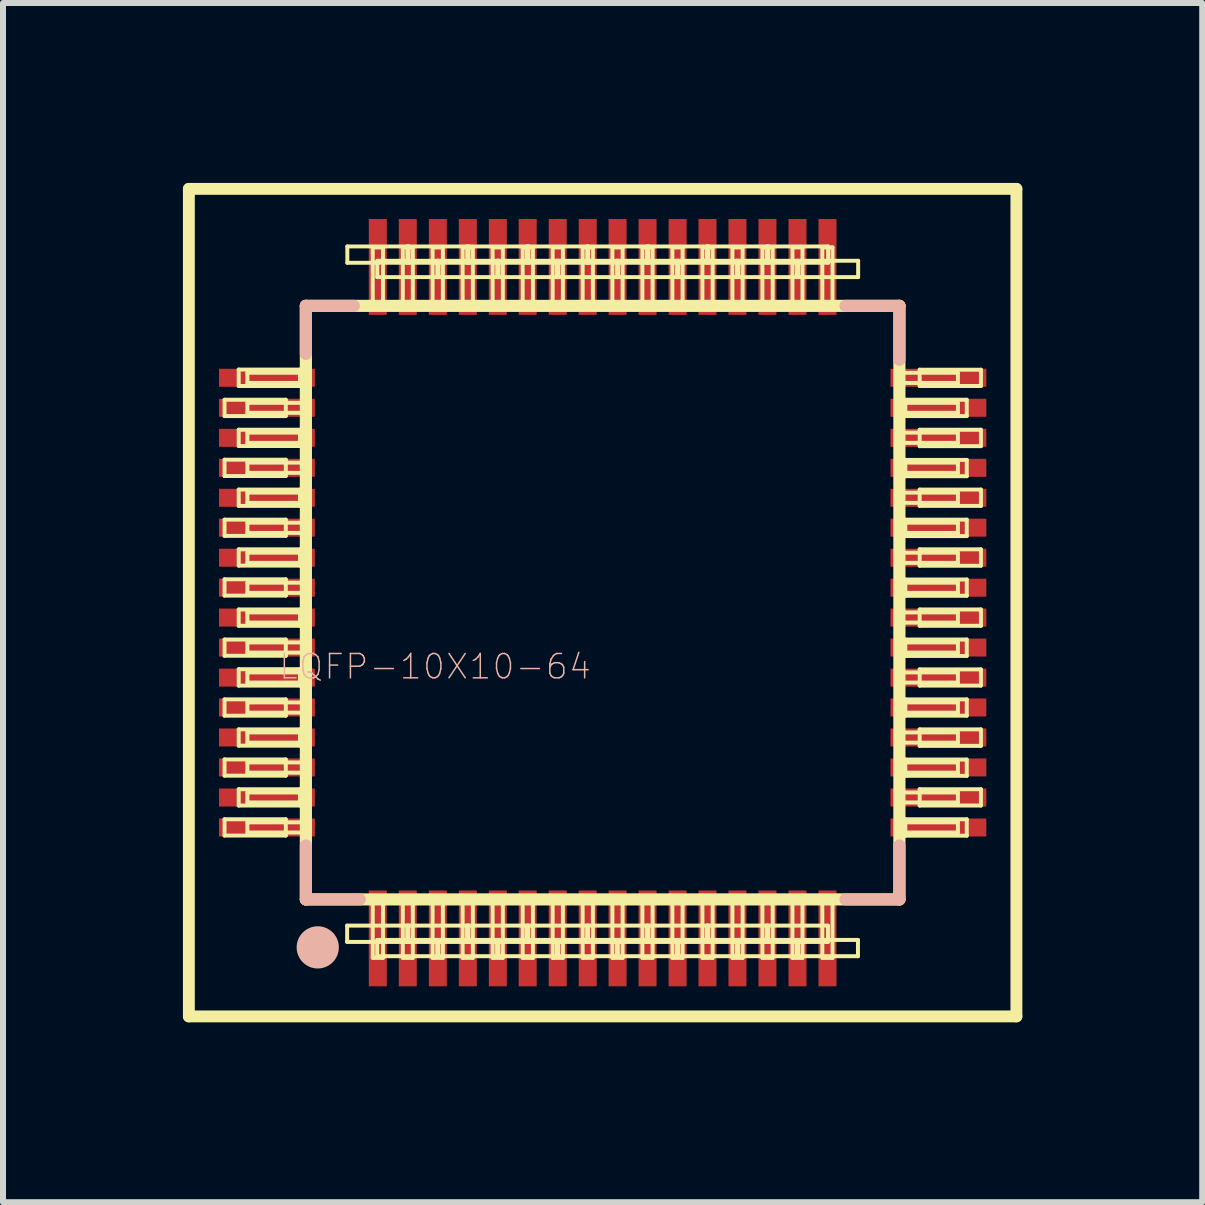
<source format=kicad_pcb>
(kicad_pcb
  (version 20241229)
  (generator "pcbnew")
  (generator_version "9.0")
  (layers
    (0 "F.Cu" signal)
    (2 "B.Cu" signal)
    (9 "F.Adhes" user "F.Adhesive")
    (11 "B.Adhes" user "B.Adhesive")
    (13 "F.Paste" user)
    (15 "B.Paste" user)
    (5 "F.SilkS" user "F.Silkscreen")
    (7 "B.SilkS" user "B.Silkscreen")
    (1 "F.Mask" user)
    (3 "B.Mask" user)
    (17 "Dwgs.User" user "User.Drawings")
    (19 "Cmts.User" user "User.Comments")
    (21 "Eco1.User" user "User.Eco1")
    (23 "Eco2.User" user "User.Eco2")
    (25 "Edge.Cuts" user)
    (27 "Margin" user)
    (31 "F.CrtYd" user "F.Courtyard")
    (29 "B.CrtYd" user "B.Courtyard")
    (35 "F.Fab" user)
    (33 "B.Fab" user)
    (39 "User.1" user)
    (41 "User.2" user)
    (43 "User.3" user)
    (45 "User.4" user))
  (footprint "LQFP-10X10-64"
    (layer "F.Cu")
    (at 6.998 6.998)
    (property "Reference" "LQFP-10X10-64" (at -2.794 1.067 0) (layer "B.SilkS") (effects (font (size 0.406 0.406) (thickness 0.025))))
    (attr smd)
    (fp_line (start -6.899 -6.899) (end 6.899 -6.899) (stroke (width 0.198) (type solid)) (layer "F.SilkS"))
    (fp_line (start -6.899 6.899) (end -6.899 -6.899) (stroke (width 0.198) (type solid)) (layer "F.SilkS"))
    (fp_line (start -6.304 -3.383) (end -5.283 -3.383) (stroke (width 0.066) (type solid)) (layer "F.SilkS"))
    (fp_line (start -6.304 -3.111) (end -6.304 -3.383) (stroke (width 0.066) (type solid)) (layer "F.SilkS"))
    (fp_line (start -6.304 -3.111) (end -5.283 -3.111) (stroke (width 0.066) (type solid)) (layer "F.SilkS"))
    (fp_line (start -6.304 -2.383) (end -5.283 -2.383) (stroke (width 0.066) (type solid)) (layer "F.SilkS"))
    (fp_line (start -6.304 -2.111) (end -6.304 -2.383) (stroke (width 0.066) (type solid)) (layer "F.SilkS"))
    (fp_line (start -6.304 -2.111) (end -5.283 -2.111) (stroke (width 0.066) (type solid)) (layer "F.SilkS"))
    (fp_line (start -6.304 -1.384) (end -5.283 -1.384) (stroke (width 0.066) (type solid)) (layer "F.SilkS"))
    (fp_line (start -6.304 -1.113) (end -6.304 -1.384) (stroke (width 0.066) (type solid)) (layer "F.SilkS"))
    (fp_line (start -6.304 -1.113) (end -5.283 -1.113) (stroke (width 0.066) (type solid)) (layer "F.SilkS"))
    (fp_line (start -6.304 -0.389) (end -5.283 -0.389) (stroke (width 0.066) (type solid)) (layer "F.SilkS"))
    (fp_line (start -6.304 -0.117) (end -6.304 -0.389) (stroke (width 0.066) (type solid)) (layer "F.SilkS"))
    (fp_line (start -6.304 -0.117) (end -5.283 -0.117) (stroke (width 0.066) (type solid)) (layer "F.SilkS"))
    (fp_line (start -6.304 0.615) (end -5.283 0.615) (stroke (width 0.066) (type solid)) (layer "F.SilkS"))
    (fp_line (start -6.304 0.886) (end -6.304 0.615) (stroke (width 0.066) (type solid)) (layer "F.SilkS"))
    (fp_line (start -6.304 0.886) (end -5.283 0.886) (stroke (width 0.066) (type solid)) (layer "F.SilkS"))
    (fp_line (start -6.304 1.613) (end -5.283 1.613) (stroke (width 0.066) (type solid)) (layer "F.SilkS"))
    (fp_line (start -6.304 1.885) (end -6.304 1.613) (stroke (width 0.066) (type solid)) (layer "F.SilkS"))
    (fp_line (start -6.304 1.885) (end -5.283 1.885) (stroke (width 0.066) (type solid)) (layer "F.SilkS"))
    (fp_line (start -6.304 2.614) (end -5.283 2.614) (stroke (width 0.066) (type solid)) (layer "F.SilkS"))
    (fp_line (start -6.304 2.885) (end -6.304 2.614) (stroke (width 0.066) (type solid)) (layer "F.SilkS"))
    (fp_line (start -6.304 2.885) (end -5.283 2.885) (stroke (width 0.066) (type solid)) (layer "F.SilkS"))
    (fp_line (start -6.304 3.612) (end -5.283 3.612) (stroke (width 0.066) (type solid)) (layer "F.SilkS"))
    (fp_line (start -6.304 3.884) (end -6.304 3.612) (stroke (width 0.066) (type solid)) (layer "F.SilkS"))
    (fp_line (start -6.304 3.884) (end -5.283 3.884) (stroke (width 0.066) (type solid)) (layer "F.SilkS"))
    (fp_line (start -6.068 -3.886) (end -5.047 -3.886) (stroke (width 0.066) (type solid)) (layer "F.SilkS"))
    (fp_line (start -6.068 -3.612) (end -6.068 -3.886) (stroke (width 0.066) (type solid)) (layer "F.SilkS"))
    (fp_line (start -6.068 -3.612) (end -5.047 -3.612) (stroke (width 0.066) (type solid)) (layer "F.SilkS"))
    (fp_line (start -6.068 -2.883) (end -5.047 -2.883) (stroke (width 0.066) (type solid)) (layer "F.SilkS"))
    (fp_line (start -6.068 -2.611) (end -6.068 -2.883) (stroke (width 0.066) (type solid)) (layer "F.SilkS"))
    (fp_line (start -6.068 -2.611) (end -5.047 -2.611) (stroke (width 0.066) (type solid)) (layer "F.SilkS"))
    (fp_line (start -6.068 -1.885) (end -5.047 -1.885) (stroke (width 0.066) (type solid)) (layer "F.SilkS"))
    (fp_line (start -6.068 -1.613) (end -6.068 -1.885) (stroke (width 0.066) (type solid)) (layer "F.SilkS"))
    (fp_line (start -6.068 -1.613) (end -5.047 -1.613) (stroke (width 0.066) (type solid)) (layer "F.SilkS"))
    (fp_line (start -6.068 -0.889) (end -5.047 -0.889) (stroke (width 0.066) (type solid)) (layer "F.SilkS"))
    (fp_line (start -6.068 -0.617) (end -6.068 -0.889) (stroke (width 0.066) (type solid)) (layer "F.SilkS"))
    (fp_line (start -6.068 -0.617) (end -5.047 -0.617) (stroke (width 0.066) (type solid)) (layer "F.SilkS"))
    (fp_line (start -6.068 0.114) (end -5.047 0.114) (stroke (width 0.066) (type solid)) (layer "F.SilkS"))
    (fp_line (start -6.068 0.386) (end -6.068 0.114) (stroke (width 0.066) (type solid)) (layer "F.SilkS"))
    (fp_line (start -6.068 0.386) (end -5.047 0.386) (stroke (width 0.066) (type solid)) (layer "F.SilkS"))
    (fp_line (start -6.068 1.11) (end -5.047 1.11) (stroke (width 0.066) (type solid)) (layer "F.SilkS"))
    (fp_line (start -6.068 1.384) (end -6.068 1.11) (stroke (width 0.066) (type solid)) (layer "F.SilkS"))
    (fp_line (start -6.068 1.384) (end -5.047 1.384) (stroke (width 0.066) (type solid)) (layer "F.SilkS"))
    (fp_line (start -6.068 2.113) (end -5.047 2.113) (stroke (width 0.066) (type solid)) (layer "F.SilkS"))
    (fp_line (start -6.068 2.385) (end -6.068 2.113) (stroke (width 0.066) (type solid)) (layer "F.SilkS"))
    (fp_line (start -6.068 2.385) (end -5.047 2.385) (stroke (width 0.066) (type solid)) (layer "F.SilkS"))
    (fp_line (start -6.068 3.111) (end -5.047 3.111) (stroke (width 0.066) (type solid)) (layer "F.SilkS"))
    (fp_line (start -6.068 3.383) (end -6.068 3.111) (stroke (width 0.066) (type solid)) (layer "F.SilkS"))
    (fp_line (start -6.068 3.383) (end -5.047 3.383) (stroke (width 0.066) (type solid)) (layer "F.SilkS"))
    (fp_line (start -5.923 -3.833) (end -4.948 -3.833) (stroke (width 0.066) (type solid)) (layer "F.SilkS"))
    (fp_line (start -5.923 -3.663) (end -5.923 -3.833) (stroke (width 0.066) (type solid)) (layer "F.SilkS"))
    (fp_line (start -5.923 -3.663) (end -4.948 -3.663) (stroke (width 0.066) (type solid)) (layer "F.SilkS"))
    (fp_line (start -5.923 -3.332) (end -4.948 -3.332) (stroke (width 0.066) (type solid)) (layer "F.SilkS"))
    (fp_line (start -5.923 -3.165) (end -5.923 -3.332) (stroke (width 0.066) (type solid)) (layer "F.SilkS"))
    (fp_line (start -5.923 -3.165) (end -4.948 -3.165) (stroke (width 0.066) (type solid)) (layer "F.SilkS"))
    (fp_line (start -5.923 -2.835) (end -4.948 -2.835) (stroke (width 0.066) (type solid)) (layer "F.SilkS"))
    (fp_line (start -5.923 -2.664) (end -5.923 -2.835) (stroke (width 0.066) (type solid)) (layer "F.SilkS"))
    (fp_line (start -5.923 -2.664) (end -4.948 -2.664) (stroke (width 0.066) (type solid)) (layer "F.SilkS"))
    (fp_line (start -5.923 -2.334) (end -4.948 -2.334) (stroke (width 0.066) (type solid)) (layer "F.SilkS"))
    (fp_line (start -5.923 -2.164) (end -5.923 -2.334) (stroke (width 0.066) (type solid)) (layer "F.SilkS"))
    (fp_line (start -5.923 -2.164) (end -4.948 -2.164) (stroke (width 0.066) (type solid)) (layer "F.SilkS"))
    (fp_line (start -5.923 -1.834) (end -4.948 -1.834) (stroke (width 0.066) (type solid)) (layer "F.SilkS"))
    (fp_line (start -5.923 -1.664) (end -5.923 -1.834) (stroke (width 0.066) (type solid)) (layer "F.SilkS"))
    (fp_line (start -5.923 -1.664) (end -4.948 -1.664) (stroke (width 0.066) (type solid)) (layer "F.SilkS"))
    (fp_line (start -5.923 -1.333) (end -4.948 -1.333) (stroke (width 0.066) (type solid)) (layer "F.SilkS"))
    (fp_line (start -5.923 -1.163) (end -5.923 -1.333) (stroke (width 0.066) (type solid)) (layer "F.SilkS"))
    (fp_line (start -5.923 -1.163) (end -4.948 -1.163) (stroke (width 0.066) (type solid)) (layer "F.SilkS"))
    (fp_line (start -5.923 -0.833) (end -4.948 -0.833) (stroke (width 0.066) (type solid)) (layer "F.SilkS"))
    (fp_line (start -5.923 -0.663) (end -5.923 -0.833) (stroke (width 0.066) (type solid)) (layer "F.SilkS"))
    (fp_line (start -5.923 -0.663) (end -4.948 -0.663) (stroke (width 0.066) (type solid)) (layer "F.SilkS"))
    (fp_line (start -5.923 -0.333) (end -4.948 -0.333) (stroke (width 0.066) (type solid)) (layer "F.SilkS"))
    (fp_line (start -5.923 -0.163) (end -5.923 -0.333) (stroke (width 0.066) (type solid)) (layer "F.SilkS"))
    (fp_line (start -5.923 -0.163) (end -4.948 -0.163) (stroke (width 0.066) (type solid)) (layer "F.SilkS"))
    (fp_line (start -5.923 0.163) (end -4.948 0.163) (stroke (width 0.066) (type solid)) (layer "F.SilkS"))
    (fp_line (start -5.923 0.333) (end -5.923 0.163) (stroke (width 0.066) (type solid)) (layer "F.SilkS"))
    (fp_line (start -5.923 0.333) (end -4.948 0.333) (stroke (width 0.066) (type solid)) (layer "F.SilkS"))
    (fp_line (start -5.923 0.663) (end -4.948 0.663) (stroke (width 0.066) (type solid)) (layer "F.SilkS"))
    (fp_line (start -5.923 0.833) (end -5.923 0.663) (stroke (width 0.066) (type solid)) (layer "F.SilkS"))
    (fp_line (start -5.923 0.833) (end -4.948 0.833) (stroke (width 0.066) (type solid)) (layer "F.SilkS"))
    (fp_line (start -5.923 1.163) (end -4.948 1.163) (stroke (width 0.066) (type solid)) (layer "F.SilkS"))
    (fp_line (start -5.923 1.333) (end -5.923 1.163) (stroke (width 0.066) (type solid)) (layer "F.SilkS"))
    (fp_line (start -5.923 1.333) (end -4.948 1.333) (stroke (width 0.066) (type solid)) (layer "F.SilkS"))
    (fp_line (start -5.923 1.664) (end -4.948 1.664) (stroke (width 0.066) (type solid)) (layer "F.SilkS"))
    (fp_line (start -5.923 1.834) (end -5.923 1.664) (stroke (width 0.066) (type solid)) (layer "F.SilkS"))
    (fp_line (start -5.923 1.834) (end -4.948 1.834) (stroke (width 0.066) (type solid)) (layer "F.SilkS"))
    (fp_line (start -5.923 2.164) (end -4.948 2.164) (stroke (width 0.066) (type solid)) (layer "F.SilkS"))
    (fp_line (start -5.923 2.334) (end -5.923 2.164) (stroke (width 0.066) (type solid)) (layer "F.SilkS"))
    (fp_line (start -5.923 2.334) (end -4.948 2.334) (stroke (width 0.066) (type solid)) (layer "F.SilkS"))
    (fp_line (start -5.923 2.664) (end -4.948 2.664) (stroke (width 0.066) (type solid)) (layer "F.SilkS"))
    (fp_line (start -5.923 2.835) (end -5.923 2.664) (stroke (width 0.066) (type solid)) (layer "F.SilkS"))
    (fp_line (start -5.923 2.835) (end -4.948 2.835) (stroke (width 0.066) (type solid)) (layer "F.SilkS"))
    (fp_line (start -5.923 3.165) (end -4.948 3.165) (stroke (width 0.066) (type solid)) (layer "F.SilkS"))
    (fp_line (start -5.923 3.332) (end -5.923 3.165) (stroke (width 0.066) (type solid)) (layer "F.SilkS"))
    (fp_line (start -5.923 3.332) (end -4.948 3.332) (stroke (width 0.066) (type solid)) (layer "F.SilkS"))
    (fp_line (start -5.923 3.663) (end -4.948 3.663) (stroke (width 0.066) (type solid)) (layer "F.SilkS"))
    (fp_line (start -5.923 3.833) (end -5.923 3.663) (stroke (width 0.066) (type solid)) (layer "F.SilkS"))
    (fp_line (start -5.923 3.833) (end -4.948 3.833) (stroke (width 0.066) (type solid)) (layer "F.SilkS"))
    (fp_line (start -5.283 -3.111) (end -5.283 -3.383) (stroke (width 0.066) (type solid)) (layer "F.SilkS"))
    (fp_line (start -5.283 -2.111) (end -5.283 -2.383) (stroke (width 0.066) (type solid)) (layer "F.SilkS"))
    (fp_line (start -5.283 -1.113) (end -5.283 -1.384) (stroke (width 0.066) (type solid)) (layer "F.SilkS"))
    (fp_line (start -5.283 -0.117) (end -5.283 -0.389) (stroke (width 0.066) (type solid)) (layer "F.SilkS"))
    (fp_line (start -5.283 0.886) (end -5.283 0.615) (stroke (width 0.066) (type solid)) (layer "F.SilkS"))
    (fp_line (start -5.283 1.885) (end -5.283 1.613) (stroke (width 0.066) (type solid)) (layer "F.SilkS"))
    (fp_line (start -5.283 2.885) (end -5.283 2.614) (stroke (width 0.066) (type solid)) (layer "F.SilkS"))
    (fp_line (start -5.283 3.884) (end -5.283 3.612) (stroke (width 0.066) (type solid)) (layer "F.SilkS"))
    (fp_line (start -5.047 -3.612) (end -5.047 -3.886) (stroke (width 0.066) (type solid)) (layer "F.SilkS"))
    (fp_line (start -5.047 -2.611) (end -5.047 -2.883) (stroke (width 0.066) (type solid)) (layer "F.SilkS"))
    (fp_line (start -5.047 -1.613) (end -5.047 -1.885) (stroke (width 0.066) (type solid)) (layer "F.SilkS"))
    (fp_line (start -5.047 -0.617) (end -5.047 -0.889) (stroke (width 0.066) (type solid)) (layer "F.SilkS"))
    (fp_line (start -5.047 0.386) (end -5.047 0.114) (stroke (width 0.066) (type solid)) (layer "F.SilkS"))
    (fp_line (start -5.047 1.384) (end -5.047 1.11) (stroke (width 0.066) (type solid)) (layer "F.SilkS"))
    (fp_line (start -5.047 2.385) (end -5.047 2.113) (stroke (width 0.066) (type solid)) (layer "F.SilkS"))
    (fp_line (start -5.047 3.383) (end -5.047 3.111) (stroke (width 0.066) (type solid)) (layer "F.SilkS"))
    (fp_line (start -4.948 -4.948) (end -4.948 4.948) (stroke (width 0.203) (type solid)) (layer "F.SilkS"))
    (fp_line (start -4.948 -3.663) (end -4.948 -3.833) (stroke (width 0.066) (type solid)) (layer "F.SilkS"))
    (fp_line (start -4.948 -3.165) (end -4.948 -3.332) (stroke (width 0.066) (type solid)) (layer "F.SilkS"))
    (fp_line (start -4.948 -2.664) (end -4.948 -2.835) (stroke (width 0.066) (type solid)) (layer "F.SilkS"))
    (fp_line (start -4.948 -2.164) (end -4.948 -2.334) (stroke (width 0.066) (type solid)) (layer "F.SilkS"))
    (fp_line (start -4.948 -1.664) (end -4.948 -1.834) (stroke (width 0.066) (type solid)) (layer "F.SilkS"))
    (fp_line (start -4.948 -1.163) (end -4.948 -1.333) (stroke (width 0.066) (type solid)) (layer "F.SilkS"))
    (fp_line (start -4.948 -0.663) (end -4.948 -0.833) (stroke (width 0.066) (type solid)) (layer "F.SilkS"))
    (fp_line (start -4.948 -0.163) (end -4.948 -0.333) (stroke (width 0.066) (type solid)) (layer "F.SilkS"))
    (fp_line (start -4.948 0.333) (end -4.948 0.163) (stroke (width 0.066) (type solid)) (layer "F.SilkS"))
    (fp_line (start -4.948 0.833) (end -4.948 0.663) (stroke (width 0.066) (type solid)) (layer "F.SilkS"))
    (fp_line (start -4.948 1.333) (end -4.948 1.163) (stroke (width 0.066) (type solid)) (layer "F.SilkS"))
    (fp_line (start -4.948 1.834) (end -4.948 1.664) (stroke (width 0.066) (type solid)) (layer "F.SilkS"))
    (fp_line (start -4.948 2.334) (end -4.948 2.164) (stroke (width 0.066) (type solid)) (layer "F.SilkS"))
    (fp_line (start -4.948 2.835) (end -4.948 2.664) (stroke (width 0.066) (type solid)) (layer "F.SilkS"))
    (fp_line (start -4.948 3.332) (end -4.948 3.165) (stroke (width 0.066) (type solid)) (layer "F.SilkS"))
    (fp_line (start -4.948 3.833) (end -4.948 3.663) (stroke (width 0.066) (type solid)) (layer "F.SilkS"))
    (fp_line (start -4.948 4.948) (end 4.948 4.948) (stroke (width 0.203) (type solid)) (layer "F.SilkS"))
    (fp_line (start -4.26 5.385) (end -3.239 5.385) (stroke (width 0.066) (type solid)) (layer "F.SilkS"))
    (fp_line (start -4.26 5.657) (end -4.26 5.385) (stroke (width 0.066) (type solid)) (layer "F.SilkS"))
    (fp_line (start -4.26 5.657) (end -3.239 5.657) (stroke (width 0.066) (type solid)) (layer "F.SilkS"))
    (fp_line (start -4.257 -5.939) (end -3.236 -5.939) (stroke (width 0.066) (type solid)) (layer "F.SilkS"))
    (fp_line (start -4.257 -5.667) (end -4.257 -5.939) (stroke (width 0.066) (type solid)) (layer "F.SilkS"))
    (fp_line (start -4.257 -5.667) (end -3.236 -5.667) (stroke (width 0.066) (type solid)) (layer "F.SilkS"))
    (fp_line (start -3.833 -5.923) (end -3.663 -5.923) (stroke (width 0.066) (type solid)) (layer "F.SilkS"))
    (fp_line (start -3.833 -4.948) (end -3.833 -5.923) (stroke (width 0.066) (type solid)) (layer "F.SilkS"))
    (fp_line (start -3.833 -4.948) (end -3.663 -4.948) (stroke (width 0.066) (type solid)) (layer "F.SilkS"))
    (fp_line (start -3.833 4.948) (end -3.663 4.948) (stroke (width 0.066) (type solid)) (layer "F.SilkS"))
    (fp_line (start -3.833 5.923) (end -3.833 4.948) (stroke (width 0.066) (type solid)) (layer "F.SilkS"))
    (fp_line (start -3.833 5.923) (end -3.663 5.923) (stroke (width 0.066) (type solid)) (layer "F.SilkS"))
    (fp_line (start -3.759 5.624) (end -2.738 5.624) (stroke (width 0.066) (type solid)) (layer "F.SilkS"))
    (fp_line (start -3.759 5.895) (end -3.759 5.624) (stroke (width 0.066) (type solid)) (layer "F.SilkS"))
    (fp_line (start -3.759 5.895) (end -2.738 5.895) (stroke (width 0.066) (type solid)) (layer "F.SilkS"))
    (fp_line (start -3.757 -5.7) (end -2.736 -5.7) (stroke (width 0.066) (type solid)) (layer "F.SilkS"))
    (fp_line (start -3.757 -5.428) (end -3.757 -5.7) (stroke (width 0.066) (type solid)) (layer "F.SilkS"))
    (fp_line (start -3.757 -5.428) (end -2.736 -5.428) (stroke (width 0.066) (type solid)) (layer "F.SilkS"))
    (fp_line (start -3.663 -4.948) (end -3.663 -5.923) (stroke (width 0.066) (type solid)) (layer "F.SilkS"))
    (fp_line (start -3.663 5.923) (end -3.663 4.948) (stroke (width 0.066) (type solid)) (layer "F.SilkS"))
    (fp_line (start -3.332 -5.923) (end -3.165 -5.923) (stroke (width 0.066) (type solid)) (layer "F.SilkS"))
    (fp_line (start -3.332 -4.948) (end -3.332 -5.923) (stroke (width 0.066) (type solid)) (layer "F.SilkS"))
    (fp_line (start -3.332 -4.948) (end -3.165 -4.948) (stroke (width 0.066) (type solid)) (layer "F.SilkS"))
    (fp_line (start -3.332 4.948) (end -3.165 4.948) (stroke (width 0.066) (type solid)) (layer "F.SilkS"))
    (fp_line (start -3.332 5.923) (end -3.332 4.948) (stroke (width 0.066) (type solid)) (layer "F.SilkS"))
    (fp_line (start -3.332 5.923) (end -3.165 5.923) (stroke (width 0.066) (type solid)) (layer "F.SilkS"))
    (fp_line (start -3.259 5.385) (end -2.238 5.385) (stroke (width 0.066) (type solid)) (layer "F.SilkS"))
    (fp_line (start -3.259 5.657) (end -3.259 5.385) (stroke (width 0.066) (type solid)) (layer "F.SilkS"))
    (fp_line (start -3.259 5.657) (end -2.238 5.657) (stroke (width 0.066) (type solid)) (layer "F.SilkS"))
    (fp_line (start -3.256 -5.939) (end -2.235 -5.939) (stroke (width 0.066) (type solid)) (layer "F.SilkS"))
    (fp_line (start -3.256 -5.667) (end -3.256 -5.939) (stroke (width 0.066) (type solid)) (layer "F.SilkS"))
    (fp_line (start -3.256 -5.667) (end -2.235 -5.667) (stroke (width 0.066) (type solid)) (layer "F.SilkS"))
    (fp_line (start -3.239 5.657) (end -3.239 5.385) (stroke (width 0.066) (type solid)) (layer "F.SilkS"))
    (fp_line (start -3.236 -5.667) (end -3.236 -5.939) (stroke (width 0.066) (type solid)) (layer "F.SilkS"))
    (fp_line (start -3.165 -4.948) (end -3.165 -5.923) (stroke (width 0.066) (type solid)) (layer "F.SilkS"))
    (fp_line (start -3.165 5.923) (end -3.165 4.948) (stroke (width 0.066) (type solid)) (layer "F.SilkS"))
    (fp_line (start -2.835 -5.923) (end -2.664 -5.923) (stroke (width 0.066) (type solid)) (layer "F.SilkS"))
    (fp_line (start -2.835 -4.948) (end -2.835 -5.923) (stroke (width 0.066) (type solid)) (layer "F.SilkS"))
    (fp_line (start -2.835 -4.948) (end -2.664 -4.948) (stroke (width 0.066) (type solid)) (layer "F.SilkS"))
    (fp_line (start -2.835 4.948) (end -2.664 4.948) (stroke (width 0.066) (type solid)) (layer "F.SilkS"))
    (fp_line (start -2.835 5.923) (end -2.835 4.948) (stroke (width 0.066) (type solid)) (layer "F.SilkS"))
    (fp_line (start -2.835 5.923) (end -2.664 5.923) (stroke (width 0.066) (type solid)) (layer "F.SilkS"))
    (fp_line (start -2.758 5.624) (end -1.737 5.624) (stroke (width 0.066) (type solid)) (layer "F.SilkS"))
    (fp_line (start -2.758 5.895) (end -2.758 5.624) (stroke (width 0.066) (type solid)) (layer "F.SilkS"))
    (fp_line (start -2.758 5.895) (end -1.737 5.895) (stroke (width 0.066) (type solid)) (layer "F.SilkS"))
    (fp_line (start -2.756 -5.7) (end -1.735 -5.7) (stroke (width 0.066) (type solid)) (layer "F.SilkS"))
    (fp_line (start -2.756 -5.428) (end -2.756 -5.7) (stroke (width 0.066) (type solid)) (layer "F.SilkS"))
    (fp_line (start -2.756 -5.428) (end -1.735 -5.428) (stroke (width 0.066) (type solid)) (layer "F.SilkS"))
    (fp_line (start -2.738 5.895) (end -2.738 5.624) (stroke (width 0.066) (type solid)) (layer "F.SilkS"))
    (fp_line (start -2.736 -5.428) (end -2.736 -5.7) (stroke (width 0.066) (type solid)) (layer "F.SilkS"))
    (fp_line (start -2.664 -4.948) (end -2.664 -5.923) (stroke (width 0.066) (type solid)) (layer "F.SilkS"))
    (fp_line (start -2.664 5.923) (end -2.664 4.948) (stroke (width 0.066) (type solid)) (layer "F.SilkS"))
    (fp_line (start -2.334 -5.923) (end -2.164 -5.923) (stroke (width 0.066) (type solid)) (layer "F.SilkS"))
    (fp_line (start -2.334 -4.948) (end -2.334 -5.923) (stroke (width 0.066) (type solid)) (layer "F.SilkS"))
    (fp_line (start -2.334 -4.948) (end -2.164 -4.948) (stroke (width 0.066) (type solid)) (layer "F.SilkS"))
    (fp_line (start -2.334 4.948) (end -2.164 4.948) (stroke (width 0.066) (type solid)) (layer "F.SilkS"))
    (fp_line (start -2.334 5.923) (end -2.334 4.948) (stroke (width 0.066) (type solid)) (layer "F.SilkS"))
    (fp_line (start -2.334 5.923) (end -2.164 5.923) (stroke (width 0.066) (type solid)) (layer "F.SilkS"))
    (fp_line (start -2.261 5.385) (end -1.24 5.385) (stroke (width 0.066) (type solid)) (layer "F.SilkS"))
    (fp_line (start -2.261 5.657) (end -2.261 5.385) (stroke (width 0.066) (type solid)) (layer "F.SilkS"))
    (fp_line (start -2.261 5.657) (end -1.24 5.657) (stroke (width 0.066) (type solid)) (layer "F.SilkS"))
    (fp_line (start -2.258 -5.939) (end -1.237 -5.939) (stroke (width 0.066) (type solid)) (layer "F.SilkS"))
    (fp_line (start -2.258 -5.667) (end -2.258 -5.939) (stroke (width 0.066) (type solid)) (layer "F.SilkS"))
    (fp_line (start -2.258 -5.667) (end -1.237 -5.667) (stroke (width 0.066) (type solid)) (layer "F.SilkS"))
    (fp_line (start -2.238 5.657) (end -2.238 5.385) (stroke (width 0.066) (type solid)) (layer "F.SilkS"))
    (fp_line (start -2.235 -5.667) (end -2.235 -5.939) (stroke (width 0.066) (type solid)) (layer "F.SilkS"))
    (fp_line (start -2.164 -4.948) (end -2.164 -5.923) (stroke (width 0.066) (type solid)) (layer "F.SilkS"))
    (fp_line (start -2.164 5.923) (end -2.164 4.948) (stroke (width 0.066) (type solid)) (layer "F.SilkS"))
    (fp_line (start -1.834 -5.923) (end -1.664 -5.923) (stroke (width 0.066) (type solid)) (layer "F.SilkS"))
    (fp_line (start -1.834 -4.948) (end -1.834 -5.923) (stroke (width 0.066) (type solid)) (layer "F.SilkS"))
    (fp_line (start -1.834 -4.948) (end -1.664 -4.948) (stroke (width 0.066) (type solid)) (layer "F.SilkS"))
    (fp_line (start -1.834 4.948) (end -1.664 4.948) (stroke (width 0.066) (type solid)) (layer "F.SilkS"))
    (fp_line (start -1.834 5.923) (end -1.834 4.948) (stroke (width 0.066) (type solid)) (layer "F.SilkS"))
    (fp_line (start -1.834 5.923) (end -1.664 5.923) (stroke (width 0.066) (type solid)) (layer "F.SilkS"))
    (fp_line (start -1.76 5.624) (end -0.739 5.624) (stroke (width 0.066) (type solid)) (layer "F.SilkS"))
    (fp_line (start -1.76 5.895) (end -1.76 5.624) (stroke (width 0.066) (type solid)) (layer "F.SilkS"))
    (fp_line (start -1.76 5.895) (end -0.739 5.895) (stroke (width 0.066) (type solid)) (layer "F.SilkS"))
    (fp_line (start -1.758 -5.7) (end -0.737 -5.7) (stroke (width 0.066) (type solid)) (layer "F.SilkS"))
    (fp_line (start -1.758 -5.428) (end -1.758 -5.7) (stroke (width 0.066) (type solid)) (layer "F.SilkS"))
    (fp_line (start -1.758 -5.428) (end -0.737 -5.428) (stroke (width 0.066) (type solid)) (layer "F.SilkS"))
    (fp_line (start -1.737 5.895) (end -1.737 5.624) (stroke (width 0.066) (type solid)) (layer "F.SilkS"))
    (fp_line (start -1.735 -5.428) (end -1.735 -5.7) (stroke (width 0.066) (type solid)) (layer "F.SilkS"))
    (fp_line (start -1.664 -4.948) (end -1.664 -5.923) (stroke (width 0.066) (type solid)) (layer "F.SilkS"))
    (fp_line (start -1.664 5.923) (end -1.664 4.948) (stroke (width 0.066) (type solid)) (layer "F.SilkS"))
    (fp_line (start -1.333 -5.923) (end -1.163 -5.923) (stroke (width 0.066) (type solid)) (layer "F.SilkS"))
    (fp_line (start -1.333 -4.948) (end -1.333 -5.923) (stroke (width 0.066) (type solid)) (layer "F.SilkS"))
    (fp_line (start -1.333 -4.948) (end -1.163 -4.948) (stroke (width 0.066) (type solid)) (layer "F.SilkS"))
    (fp_line (start -1.333 4.948) (end -1.163 4.948) (stroke (width 0.066) (type solid)) (layer "F.SilkS"))
    (fp_line (start -1.333 5.923) (end -1.333 4.948) (stroke (width 0.066) (type solid)) (layer "F.SilkS"))
    (fp_line (start -1.333 5.923) (end -1.163 5.923) (stroke (width 0.066) (type solid)) (layer "F.SilkS"))
    (fp_line (start -1.265 5.385) (end -0.244 5.385) (stroke (width 0.066) (type solid)) (layer "F.SilkS"))
    (fp_line (start -1.265 5.657) (end -1.265 5.385) (stroke (width 0.066) (type solid)) (layer "F.SilkS"))
    (fp_line (start -1.265 5.657) (end -0.244 5.657) (stroke (width 0.066) (type solid)) (layer "F.SilkS"))
    (fp_line (start -1.262 -5.939) (end -0.241 -5.939) (stroke (width 0.066) (type solid)) (layer "F.SilkS"))
    (fp_line (start -1.262 -5.667) (end -1.262 -5.939) (stroke (width 0.066) (type solid)) (layer "F.SilkS"))
    (fp_line (start -1.262 -5.667) (end -0.241 -5.667) (stroke (width 0.066) (type solid)) (layer "F.SilkS"))
    (fp_line (start -1.24 5.657) (end -1.24 5.385) (stroke (width 0.066) (type solid)) (layer "F.SilkS"))
    (fp_line (start -1.237 -5.667) (end -1.237 -5.939) (stroke (width 0.066) (type solid)) (layer "F.SilkS"))
    (fp_line (start -1.163 -4.948) (end -1.163 -5.923) (stroke (width 0.066) (type solid)) (layer "F.SilkS"))
    (fp_line (start -1.163 5.923) (end -1.163 4.948) (stroke (width 0.066) (type solid)) (layer "F.SilkS"))
    (fp_line (start -0.833 -5.923) (end -0.663 -5.923) (stroke (width 0.066) (type solid)) (layer "F.SilkS"))
    (fp_line (start -0.833 -4.948) (end -0.833 -5.923) (stroke (width 0.066) (type solid)) (layer "F.SilkS"))
    (fp_line (start -0.833 -4.948) (end -0.663 -4.948) (stroke (width 0.066) (type solid)) (layer "F.SilkS"))
    (fp_line (start -0.833 4.948) (end -0.663 4.948) (stroke (width 0.066) (type solid)) (layer "F.SilkS"))
    (fp_line (start -0.833 5.923) (end -0.833 4.948) (stroke (width 0.066) (type solid)) (layer "F.SilkS"))
    (fp_line (start -0.833 5.923) (end -0.663 5.923) (stroke (width 0.066) (type solid)) (layer "F.SilkS"))
    (fp_line (start -0.765 5.624) (end 0.254 5.624) (stroke (width 0.066) (type solid)) (layer "F.SilkS"))
    (fp_line (start -0.765 5.895) (end -0.765 5.624) (stroke (width 0.066) (type solid)) (layer "F.SilkS"))
    (fp_line (start -0.765 5.895) (end 0.254 5.895) (stroke (width 0.066) (type solid)) (layer "F.SilkS"))
    (fp_line (start -0.762 -5.7) (end 0.257 -5.7) (stroke (width 0.066) (type solid)) (layer "F.SilkS"))
    (fp_line (start -0.762 -5.428) (end -0.762 -5.7) (stroke (width 0.066) (type solid)) (layer "F.SilkS"))
    (fp_line (start -0.762 -5.428) (end 0.257 -5.428) (stroke (width 0.066) (type solid)) (layer "F.SilkS"))
    (fp_line (start -0.739 5.895) (end -0.739 5.624) (stroke (width 0.066) (type solid)) (layer "F.SilkS"))
    (fp_line (start -0.737 -5.428) (end -0.737 -5.7) (stroke (width 0.066) (type solid)) (layer "F.SilkS"))
    (fp_line (start -0.663 -4.948) (end -0.663 -5.923) (stroke (width 0.066) (type solid)) (layer "F.SilkS"))
    (fp_line (start -0.663 5.923) (end -0.663 4.948) (stroke (width 0.066) (type solid)) (layer "F.SilkS"))
    (fp_line (start -0.333 -5.923) (end -0.163 -5.923) (stroke (width 0.066) (type solid)) (layer "F.SilkS"))
    (fp_line (start -0.333 -4.948) (end -0.333 -5.923) (stroke (width 0.066) (type solid)) (layer "F.SilkS"))
    (fp_line (start -0.333 -4.948) (end -0.163 -4.948) (stroke (width 0.066) (type solid)) (layer "F.SilkS"))
    (fp_line (start -0.333 4.948) (end -0.163 4.948) (stroke (width 0.066) (type solid)) (layer "F.SilkS"))
    (fp_line (start -0.333 5.923) (end -0.333 4.948) (stroke (width 0.066) (type solid)) (layer "F.SilkS"))
    (fp_line (start -0.333 5.923) (end -0.163 5.923) (stroke (width 0.066) (type solid)) (layer "F.SilkS"))
    (fp_line (start -0.259 5.385) (end 0.759 5.385) (stroke (width 0.066) (type solid)) (layer "F.SilkS"))
    (fp_line (start -0.259 5.657) (end -0.259 5.385) (stroke (width 0.066) (type solid)) (layer "F.SilkS"))
    (fp_line (start -0.259 5.657) (end 0.759 5.657) (stroke (width 0.066) (type solid)) (layer "F.SilkS"))
    (fp_line (start -0.257 -5.939) (end 0.762 -5.939) (stroke (width 0.066) (type solid)) (layer "F.SilkS"))
    (fp_line (start -0.257 -5.667) (end -0.257 -5.939) (stroke (width 0.066) (type solid)) (layer "F.SilkS"))
    (fp_line (start -0.257 -5.667) (end 0.762 -5.667) (stroke (width 0.066) (type solid)) (layer "F.SilkS"))
    (fp_line (start -0.244 5.657) (end -0.244 5.385) (stroke (width 0.066) (type solid)) (layer "F.SilkS"))
    (fp_line (start -0.241 -5.667) (end -0.241 -5.939) (stroke (width 0.066) (type solid)) (layer "F.SilkS"))
    (fp_line (start -0.163 -4.948) (end -0.163 -5.923) (stroke (width 0.066) (type solid)) (layer "F.SilkS"))
    (fp_line (start -0.163 5.923) (end -0.163 4.948) (stroke (width 0.066) (type solid)) (layer "F.SilkS"))
    (fp_line (start 0.163 -5.923) (end 0.333 -5.923) (stroke (width 0.066) (type solid)) (layer "F.SilkS"))
    (fp_line (start 0.163 -4.948) (end 0.163 -5.923) (stroke (width 0.066) (type solid)) (layer "F.SilkS"))
    (fp_line (start 0.163 -4.948) (end 0.333 -4.948) (stroke (width 0.066) (type solid)) (layer "F.SilkS"))
    (fp_line (start 0.163 4.948) (end 0.333 4.948) (stroke (width 0.066) (type solid)) (layer "F.SilkS"))
    (fp_line (start 0.163 5.923) (end 0.163 4.948) (stroke (width 0.066) (type solid)) (layer "F.SilkS"))
    (fp_line (start 0.163 5.923) (end 0.333 5.923) (stroke (width 0.066) (type solid)) (layer "F.SilkS"))
    (fp_line (start 0.239 5.624) (end 1.26 5.624) (stroke (width 0.066) (type solid)) (layer "F.SilkS"))
    (fp_line (start 0.239 5.895) (end 0.239 5.624) (stroke (width 0.066) (type solid)) (layer "F.SilkS"))
    (fp_line (start 0.239 5.895) (end 1.26 5.895) (stroke (width 0.066) (type solid)) (layer "F.SilkS"))
    (fp_line (start 0.241 -5.7) (end 1.262 -5.7) (stroke (width 0.066) (type solid)) (layer "F.SilkS"))
    (fp_line (start 0.241 -5.428) (end 0.241 -5.7) (stroke (width 0.066) (type solid)) (layer "F.SilkS"))
    (fp_line (start 0.241 -5.428) (end 1.262 -5.428) (stroke (width 0.066) (type solid)) (layer "F.SilkS"))
    (fp_line (start 0.254 5.895) (end 0.254 5.624) (stroke (width 0.066) (type solid)) (layer "F.SilkS"))
    (fp_line (start 0.257 -5.428) (end 0.257 -5.7) (stroke (width 0.066) (type solid)) (layer "F.SilkS"))
    (fp_line (start 0.333 -4.948) (end 0.333 -5.923) (stroke (width 0.066) (type solid)) (layer "F.SilkS"))
    (fp_line (start 0.333 5.923) (end 0.333 4.948) (stroke (width 0.066) (type solid)) (layer "F.SilkS"))
    (fp_line (start 0.663 -5.923) (end 0.833 -5.923) (stroke (width 0.066) (type solid)) (layer "F.SilkS"))
    (fp_line (start 0.663 -4.948) (end 0.663 -5.923) (stroke (width 0.066) (type solid)) (layer "F.SilkS"))
    (fp_line (start 0.663 -4.948) (end 0.833 -4.948) (stroke (width 0.066) (type solid)) (layer "F.SilkS"))
    (fp_line (start 0.663 4.948) (end 0.833 4.948) (stroke (width 0.066) (type solid)) (layer "F.SilkS"))
    (fp_line (start 0.663 5.923) (end 0.663 4.948) (stroke (width 0.066) (type solid)) (layer "F.SilkS"))
    (fp_line (start 0.663 5.923) (end 0.833 5.923) (stroke (width 0.066) (type solid)) (layer "F.SilkS"))
    (fp_line (start 0.737 5.385) (end 1.758 5.385) (stroke (width 0.066) (type solid)) (layer "F.SilkS"))
    (fp_line (start 0.737 5.657) (end 0.737 5.385) (stroke (width 0.066) (type solid)) (layer "F.SilkS"))
    (fp_line (start 0.737 5.657) (end 1.758 5.657) (stroke (width 0.066) (type solid)) (layer "F.SilkS"))
    (fp_line (start 0.739 -5.939) (end 1.76 -5.939) (stroke (width 0.066) (type solid)) (layer "F.SilkS"))
    (fp_line (start 0.739 -5.667) (end 0.739 -5.939) (stroke (width 0.066) (type solid)) (layer "F.SilkS"))
    (fp_line (start 0.739 -5.667) (end 1.76 -5.667) (stroke (width 0.066) (type solid)) (layer "F.SilkS"))
    (fp_line (start 0.759 5.657) (end 0.759 5.385) (stroke (width 0.066) (type solid)) (layer "F.SilkS"))
    (fp_line (start 0.762 -5.667) (end 0.762 -5.939) (stroke (width 0.066) (type solid)) (layer "F.SilkS"))
    (fp_line (start 0.833 -4.948) (end 0.833 -5.923) (stroke (width 0.066) (type solid)) (layer "F.SilkS"))
    (fp_line (start 0.833 5.923) (end 0.833 4.948) (stroke (width 0.066) (type solid)) (layer "F.SilkS"))
    (fp_line (start 1.163 -5.923) (end 1.333 -5.923) (stroke (width 0.066) (type solid)) (layer "F.SilkS"))
    (fp_line (start 1.163 -4.948) (end 1.163 -5.923) (stroke (width 0.066) (type solid)) (layer "F.SilkS"))
    (fp_line (start 1.163 -4.948) (end 1.333 -4.948) (stroke (width 0.066) (type solid)) (layer "F.SilkS"))
    (fp_line (start 1.163 4.948) (end 1.333 4.948) (stroke (width 0.066) (type solid)) (layer "F.SilkS"))
    (fp_line (start 1.163 5.923) (end 1.163 4.948) (stroke (width 0.066) (type solid)) (layer "F.SilkS"))
    (fp_line (start 1.163 5.923) (end 1.333 5.923) (stroke (width 0.066) (type solid)) (layer "F.SilkS"))
    (fp_line (start 1.237 5.624) (end 2.258 5.624) (stroke (width 0.066) (type solid)) (layer "F.SilkS"))
    (fp_line (start 1.237 5.895) (end 1.237 5.624) (stroke (width 0.066) (type solid)) (layer "F.SilkS"))
    (fp_line (start 1.237 5.895) (end 2.258 5.895) (stroke (width 0.066) (type solid)) (layer "F.SilkS"))
    (fp_line (start 1.24 -5.7) (end 2.261 -5.7) (stroke (width 0.066) (type solid)) (layer "F.SilkS"))
    (fp_line (start 1.24 -5.428) (end 1.24 -5.7) (stroke (width 0.066) (type solid)) (layer "F.SilkS"))
    (fp_line (start 1.24 -5.428) (end 2.261 -5.428) (stroke (width 0.066) (type solid)) (layer "F.SilkS"))
    (fp_line (start 1.26 5.895) (end 1.26 5.624) (stroke (width 0.066) (type solid)) (layer "F.SilkS"))
    (fp_line (start 1.262 -5.428) (end 1.262 -5.7) (stroke (width 0.066) (type solid)) (layer "F.SilkS"))
    (fp_line (start 1.333 -4.948) (end 1.333 -5.923) (stroke (width 0.066) (type solid)) (layer "F.SilkS"))
    (fp_line (start 1.333 5.923) (end 1.333 4.948) (stroke (width 0.066) (type solid)) (layer "F.SilkS"))
    (fp_line (start 1.664 -5.923) (end 1.834 -5.923) (stroke (width 0.066) (type solid)) (layer "F.SilkS"))
    (fp_line (start 1.664 -4.948) (end 1.664 -5.923) (stroke (width 0.066) (type solid)) (layer "F.SilkS"))
    (fp_line (start 1.664 -4.948) (end 1.834 -4.948) (stroke (width 0.066) (type solid)) (layer "F.SilkS"))
    (fp_line (start 1.664 4.948) (end 1.834 4.948) (stroke (width 0.066) (type solid)) (layer "F.SilkS"))
    (fp_line (start 1.664 5.923) (end 1.664 4.948) (stroke (width 0.066) (type solid)) (layer "F.SilkS"))
    (fp_line (start 1.664 5.923) (end 1.834 5.923) (stroke (width 0.066) (type solid)) (layer "F.SilkS"))
    (fp_line (start 1.737 5.385) (end 2.758 5.385) (stroke (width 0.066) (type solid)) (layer "F.SilkS"))
    (fp_line (start 1.737 5.657) (end 1.737 5.385) (stroke (width 0.066) (type solid)) (layer "F.SilkS"))
    (fp_line (start 1.737 5.657) (end 2.758 5.657) (stroke (width 0.066) (type solid)) (layer "F.SilkS"))
    (fp_line (start 1.74 -5.939) (end 2.761 -5.939) (stroke (width 0.066) (type solid)) (layer "F.SilkS"))
    (fp_line (start 1.74 -5.667) (end 1.74 -5.939) (stroke (width 0.066) (type solid)) (layer "F.SilkS"))
    (fp_line (start 1.74 -5.667) (end 2.761 -5.667) (stroke (width 0.066) (type solid)) (layer "F.SilkS"))
    (fp_line (start 1.758 5.657) (end 1.758 5.385) (stroke (width 0.066) (type solid)) (layer "F.SilkS"))
    (fp_line (start 1.76 -5.667) (end 1.76 -5.939) (stroke (width 0.066) (type solid)) (layer "F.SilkS"))
    (fp_line (start 1.834 -4.948) (end 1.834 -5.923) (stroke (width 0.066) (type solid)) (layer "F.SilkS"))
    (fp_line (start 1.834 5.923) (end 1.834 4.948) (stroke (width 0.066) (type solid)) (layer "F.SilkS"))
    (fp_line (start 2.164 -5.923) (end 2.334 -5.923) (stroke (width 0.066) (type solid)) (layer "F.SilkS"))
    (fp_line (start 2.164 -4.948) (end 2.164 -5.923) (stroke (width 0.066) (type solid)) (layer "F.SilkS"))
    (fp_line (start 2.164 -4.948) (end 2.334 -4.948) (stroke (width 0.066) (type solid)) (layer "F.SilkS"))
    (fp_line (start 2.164 4.948) (end 2.334 4.948) (stroke (width 0.066) (type solid)) (layer "F.SilkS"))
    (fp_line (start 2.164 5.923) (end 2.164 4.948) (stroke (width 0.066) (type solid)) (layer "F.SilkS"))
    (fp_line (start 2.164 5.923) (end 2.334 5.923) (stroke (width 0.066) (type solid)) (layer "F.SilkS"))
    (fp_line (start 2.238 5.624) (end 3.259 5.624) (stroke (width 0.066) (type solid)) (layer "F.SilkS"))
    (fp_line (start 2.238 5.895) (end 2.238 5.624) (stroke (width 0.066) (type solid)) (layer "F.SilkS"))
    (fp_line (start 2.238 5.895) (end 3.259 5.895) (stroke (width 0.066) (type solid)) (layer "F.SilkS"))
    (fp_line (start 2.24 -5.7) (end 3.261 -5.7) (stroke (width 0.066) (type solid)) (layer "F.SilkS"))
    (fp_line (start 2.24 -5.428) (end 2.24 -5.7) (stroke (width 0.066) (type solid)) (layer "F.SilkS"))
    (fp_line (start 2.24 -5.428) (end 3.261 -5.428) (stroke (width 0.066) (type solid)) (layer "F.SilkS"))
    (fp_line (start 2.258 5.895) (end 2.258 5.624) (stroke (width 0.066) (type solid)) (layer "F.SilkS"))
    (fp_line (start 2.261 -5.428) (end 2.261 -5.7) (stroke (width 0.066) (type solid)) (layer "F.SilkS"))
    (fp_line (start 2.334 -4.948) (end 2.334 -5.923) (stroke (width 0.066) (type solid)) (layer "F.SilkS"))
    (fp_line (start 2.334 5.923) (end 2.334 4.948) (stroke (width 0.066) (type solid)) (layer "F.SilkS"))
    (fp_line (start 2.664 -5.923) (end 2.835 -5.923) (stroke (width 0.066) (type solid)) (layer "F.SilkS"))
    (fp_line (start 2.664 -4.948) (end 2.664 -5.923) (stroke (width 0.066) (type solid)) (layer "F.SilkS"))
    (fp_line (start 2.664 -4.948) (end 2.835 -4.948) (stroke (width 0.066) (type solid)) (layer "F.SilkS"))
    (fp_line (start 2.664 4.948) (end 2.835 4.948) (stroke (width 0.066) (type solid)) (layer "F.SilkS"))
    (fp_line (start 2.664 5.923) (end 2.664 4.948) (stroke (width 0.066) (type solid)) (layer "F.SilkS"))
    (fp_line (start 2.664 5.923) (end 2.835 5.923) (stroke (width 0.066) (type solid)) (layer "F.SilkS"))
    (fp_line (start 2.736 5.385) (end 3.757 5.385) (stroke (width 0.066) (type solid)) (layer "F.SilkS"))
    (fp_line (start 2.736 5.657) (end 2.736 5.385) (stroke (width 0.066) (type solid)) (layer "F.SilkS"))
    (fp_line (start 2.736 5.657) (end 3.757 5.657) (stroke (width 0.066) (type solid)) (layer "F.SilkS"))
    (fp_line (start 2.738 -5.939) (end 3.759 -5.939) (stroke (width 0.066) (type solid)) (layer "F.SilkS"))
    (fp_line (start 2.738 -5.667) (end 2.738 -5.939) (stroke (width 0.066) (type solid)) (layer "F.SilkS"))
    (fp_line (start 2.738 -5.667) (end 3.759 -5.667) (stroke (width 0.066) (type solid)) (layer "F.SilkS"))
    (fp_line (start 2.758 5.657) (end 2.758 5.385) (stroke (width 0.066) (type solid)) (layer "F.SilkS"))
    (fp_line (start 2.761 -5.667) (end 2.761 -5.939) (stroke (width 0.066) (type solid)) (layer "F.SilkS"))
    (fp_line (start 2.835 -4.948) (end 2.835 -5.923) (stroke (width 0.066) (type solid)) (layer "F.SilkS"))
    (fp_line (start 2.835 5.923) (end 2.835 4.948) (stroke (width 0.066) (type solid)) (layer "F.SilkS"))
    (fp_line (start 3.165 -5.923) (end 3.332 -5.923) (stroke (width 0.066) (type solid)) (layer "F.SilkS"))
    (fp_line (start 3.165 -4.948) (end 3.165 -5.923) (stroke (width 0.066) (type solid)) (layer "F.SilkS"))
    (fp_line (start 3.165 -4.948) (end 3.332 -4.948) (stroke (width 0.066) (type solid)) (layer "F.SilkS"))
    (fp_line (start 3.165 4.948) (end 3.332 4.948) (stroke (width 0.066) (type solid)) (layer "F.SilkS"))
    (fp_line (start 3.165 5.923) (end 3.165 4.948) (stroke (width 0.066) (type solid)) (layer "F.SilkS"))
    (fp_line (start 3.165 5.923) (end 3.332 5.923) (stroke (width 0.066) (type solid)) (layer "F.SilkS"))
    (fp_line (start 3.236 5.624) (end 4.257 5.624) (stroke (width 0.066) (type solid)) (layer "F.SilkS"))
    (fp_line (start 3.236 5.895) (end 3.236 5.624) (stroke (width 0.066) (type solid)) (layer "F.SilkS"))
    (fp_line (start 3.236 5.895) (end 4.257 5.895) (stroke (width 0.066) (type solid)) (layer "F.SilkS"))
    (fp_line (start 3.239 -5.7) (end 4.26 -5.7) (stroke (width 0.066) (type solid)) (layer "F.SilkS"))
    (fp_line (start 3.239 -5.428) (end 3.239 -5.7) (stroke (width 0.066) (type solid)) (layer "F.SilkS"))
    (fp_line (start 3.239 -5.428) (end 4.26 -5.428) (stroke (width 0.066) (type solid)) (layer "F.SilkS"))
    (fp_line (start 3.259 5.895) (end 3.259 5.624) (stroke (width 0.066) (type solid)) (layer "F.SilkS"))
    (fp_line (start 3.261 -5.428) (end 3.261 -5.7) (stroke (width 0.066) (type solid)) (layer "F.SilkS"))
    (fp_line (start 3.332 -4.948) (end 3.332 -5.923) (stroke (width 0.066) (type solid)) (layer "F.SilkS"))
    (fp_line (start 3.332 5.923) (end 3.332 4.948) (stroke (width 0.066) (type solid)) (layer "F.SilkS"))
    (fp_line (start 3.663 -5.923) (end 3.833 -5.923) (stroke (width 0.066) (type solid)) (layer "F.SilkS"))
    (fp_line (start 3.663 -4.948) (end 3.663 -5.923) (stroke (width 0.066) (type solid)) (layer "F.SilkS"))
    (fp_line (start 3.663 -4.948) (end 3.833 -4.948) (stroke (width 0.066) (type solid)) (layer "F.SilkS"))
    (fp_line (start 3.663 4.948) (end 3.833 4.948) (stroke (width 0.066) (type solid)) (layer "F.SilkS"))
    (fp_line (start 3.663 5.923) (end 3.663 4.948) (stroke (width 0.066) (type solid)) (layer "F.SilkS"))
    (fp_line (start 3.663 5.923) (end 3.833 5.923) (stroke (width 0.066) (type solid)) (layer "F.SilkS"))
    (fp_line (start 3.757 5.657) (end 3.757 5.385) (stroke (width 0.066) (type solid)) (layer "F.SilkS"))
    (fp_line (start 3.759 -5.667) (end 3.759 -5.939) (stroke (width 0.066) (type solid)) (layer "F.SilkS"))
    (fp_line (start 3.833 -4.948) (end 3.833 -5.923) (stroke (width 0.066) (type solid)) (layer "F.SilkS"))
    (fp_line (start 3.833 5.923) (end 3.833 4.948) (stroke (width 0.066) (type solid)) (layer "F.SilkS"))
    (fp_line (start 4.257 5.895) (end 4.257 5.624) (stroke (width 0.066) (type solid)) (layer "F.SilkS"))
    (fp_line (start 4.26 -5.428) (end 4.26 -5.7) (stroke (width 0.066) (type solid)) (layer "F.SilkS"))
    (fp_line (start 4.948 -4.948) (end -4.948 -4.948) (stroke (width 0.203) (type solid)) (layer "F.SilkS"))
    (fp_line (start 4.948 -3.833) (end 5.923 -3.833) (stroke (width 0.066) (type solid)) (layer "F.SilkS"))
    (fp_line (start 4.948 -3.663) (end 4.948 -3.833) (stroke (width 0.066) (type solid)) (layer "F.SilkS"))
    (fp_line (start 4.948 -3.663) (end 5.923 -3.663) (stroke (width 0.066) (type solid)) (layer "F.SilkS"))
    (fp_line (start 4.948 -3.332) (end 5.923 -3.332) (stroke (width 0.066) (type solid)) (layer "F.SilkS"))
    (fp_line (start 4.948 -3.165) (end 4.948 -3.332) (stroke (width 0.066) (type solid)) (layer "F.SilkS"))
    (fp_line (start 4.948 -3.165) (end 5.923 -3.165) (stroke (width 0.066) (type solid)) (layer "F.SilkS"))
    (fp_line (start 4.948 -2.835) (end 5.923 -2.835) (stroke (width 0.066) (type solid)) (layer "F.SilkS"))
    (fp_line (start 4.948 -2.664) (end 4.948 -2.835) (stroke (width 0.066) (type solid)) (layer "F.SilkS"))
    (fp_line (start 4.948 -2.664) (end 5.923 -2.664) (stroke (width 0.066) (type solid)) (layer "F.SilkS"))
    (fp_line (start 4.948 -2.334) (end 5.923 -2.334) (stroke (width 0.066) (type solid)) (layer "F.SilkS"))
    (fp_line (start 4.948 -2.164) (end 4.948 -2.334) (stroke (width 0.066) (type solid)) (layer "F.SilkS"))
    (fp_line (start 4.948 -2.164) (end 5.923 -2.164) (stroke (width 0.066) (type solid)) (layer "F.SilkS"))
    (fp_line (start 4.948 -1.834) (end 5.923 -1.834) (stroke (width 0.066) (type solid)) (layer "F.SilkS"))
    (fp_line (start 4.948 -1.664) (end 4.948 -1.834) (stroke (width 0.066) (type solid)) (layer "F.SilkS"))
    (fp_line (start 4.948 -1.664) (end 5.923 -1.664) (stroke (width 0.066) (type solid)) (layer "F.SilkS"))
    (fp_line (start 4.948 -1.333) (end 5.923 -1.333) (stroke (width 0.066) (type solid)) (layer "F.SilkS"))
    (fp_line (start 4.948 -1.163) (end 4.948 -1.333) (stroke (width 0.066) (type solid)) (layer "F.SilkS"))
    (fp_line (start 4.948 -1.163) (end 5.923 -1.163) (stroke (width 0.066) (type solid)) (layer "F.SilkS"))
    (fp_line (start 4.948 -0.833) (end 5.923 -0.833) (stroke (width 0.066) (type solid)) (layer "F.SilkS"))
    (fp_line (start 4.948 -0.663) (end 4.948 -0.833) (stroke (width 0.066) (type solid)) (layer "F.SilkS"))
    (fp_line (start 4.948 -0.663) (end 5.923 -0.663) (stroke (width 0.066) (type solid)) (layer "F.SilkS"))
    (fp_line (start 4.948 -0.333) (end 5.923 -0.333) (stroke (width 0.066) (type solid)) (layer "F.SilkS"))
    (fp_line (start 4.948 -0.163) (end 4.948 -0.333) (stroke (width 0.066) (type solid)) (layer "F.SilkS"))
    (fp_line (start 4.948 -0.163) (end 5.923 -0.163) (stroke (width 0.066) (type solid)) (layer "F.SilkS"))
    (fp_line (start 4.948 0.163) (end 5.923 0.163) (stroke (width 0.066) (type solid)) (layer "F.SilkS"))
    (fp_line (start 4.948 0.333) (end 4.948 0.163) (stroke (width 0.066) (type solid)) (layer "F.SilkS"))
    (fp_line (start 4.948 0.333) (end 5.923 0.333) (stroke (width 0.066) (type solid)) (layer "F.SilkS"))
    (fp_line (start 4.948 0.663) (end 5.923 0.663) (stroke (width 0.066) (type solid)) (layer "F.SilkS"))
    (fp_line (start 4.948 0.833) (end 4.948 0.663) (stroke (width 0.066) (type solid)) (layer "F.SilkS"))
    (fp_line (start 4.948 0.833) (end 5.923 0.833) (stroke (width 0.066) (type solid)) (layer "F.SilkS"))
    (fp_line (start 4.948 1.163) (end 5.923 1.163) (stroke (width 0.066) (type solid)) (layer "F.SilkS"))
    (fp_line (start 4.948 1.333) (end 4.948 1.163) (stroke (width 0.066) (type solid)) (layer "F.SilkS"))
    (fp_line (start 4.948 1.333) (end 5.923 1.333) (stroke (width 0.066) (type solid)) (layer "F.SilkS"))
    (fp_line (start 4.948 1.664) (end 5.923 1.664) (stroke (width 0.066) (type solid)) (layer "F.SilkS"))
    (fp_line (start 4.948 1.834) (end 4.948 1.664) (stroke (width 0.066) (type solid)) (layer "F.SilkS"))
    (fp_line (start 4.948 1.834) (end 5.923 1.834) (stroke (width 0.066) (type solid)) (layer "F.SilkS"))
    (fp_line (start 4.948 2.164) (end 5.923 2.164) (stroke (width 0.066) (type solid)) (layer "F.SilkS"))
    (fp_line (start 4.948 2.334) (end 4.948 2.164) (stroke (width 0.066) (type solid)) (layer "F.SilkS"))
    (fp_line (start 4.948 2.334) (end 5.923 2.334) (stroke (width 0.066) (type solid)) (layer "F.SilkS"))
    (fp_line (start 4.948 2.664) (end 5.923 2.664) (stroke (width 0.066) (type solid)) (layer "F.SilkS"))
    (fp_line (start 4.948 2.835) (end 4.948 2.664) (stroke (width 0.066) (type solid)) (layer "F.SilkS"))
    (fp_line (start 4.948 2.835) (end 5.923 2.835) (stroke (width 0.066) (type solid)) (layer "F.SilkS"))
    (fp_line (start 4.948 3.165) (end 5.923 3.165) (stroke (width 0.066) (type solid)) (layer "F.SilkS"))
    (fp_line (start 4.948 3.332) (end 4.948 3.165) (stroke (width 0.066) (type solid)) (layer "F.SilkS"))
    (fp_line (start 4.948 3.332) (end 5.923 3.332) (stroke (width 0.066) (type solid)) (layer "F.SilkS"))
    (fp_line (start 4.948 3.663) (end 5.923 3.663) (stroke (width 0.066) (type solid)) (layer "F.SilkS"))
    (fp_line (start 4.948 3.833) (end 4.948 3.663) (stroke (width 0.066) (type solid)) (layer "F.SilkS"))
    (fp_line (start 4.948 3.833) (end 5.923 3.833) (stroke (width 0.066) (type solid)) (layer "F.SilkS"))
    (fp_line (start 4.948 4.948) (end 4.948 -4.948) (stroke (width 0.203) (type solid)) (layer "F.SilkS"))
    (fp_line (start 5.047 -3.383) (end 6.071 -3.383) (stroke (width 0.066) (type solid)) (layer "F.SilkS"))
    (fp_line (start 5.047 -3.111) (end 5.047 -3.383) (stroke (width 0.066) (type solid)) (layer "F.SilkS"))
    (fp_line (start 5.047 -3.111) (end 6.071 -3.111) (stroke (width 0.066) (type solid)) (layer "F.SilkS"))
    (fp_line (start 5.047 -2.38) (end 6.071 -2.38) (stroke (width 0.066) (type solid)) (layer "F.SilkS"))
    (fp_line (start 5.047 -2.108) (end 5.047 -2.38) (stroke (width 0.066) (type solid)) (layer "F.SilkS"))
    (fp_line (start 5.047 -2.108) (end 6.071 -2.108) (stroke (width 0.066) (type solid)) (layer "F.SilkS"))
    (fp_line (start 5.047 -1.384) (end 6.071 -1.384) (stroke (width 0.066) (type solid)) (layer "F.SilkS"))
    (fp_line (start 5.047 -1.11) (end 5.047 -1.384) (stroke (width 0.066) (type solid)) (layer "F.SilkS"))
    (fp_line (start 5.047 -1.11) (end 6.071 -1.11) (stroke (width 0.066) (type solid)) (layer "F.SilkS"))
    (fp_line (start 5.047 -0.386) (end 6.071 -0.386) (stroke (width 0.066) (type solid)) (layer "F.SilkS"))
    (fp_line (start 5.047 -0.114) (end 5.047 -0.386) (stroke (width 0.066) (type solid)) (layer "F.SilkS"))
    (fp_line (start 5.047 -0.114) (end 6.071 -0.114) (stroke (width 0.066) (type solid)) (layer "F.SilkS"))
    (fp_line (start 5.047 0.615) (end 6.071 0.615) (stroke (width 0.066) (type solid)) (layer "F.SilkS"))
    (fp_line (start 5.047 0.889) (end 5.047 0.615) (stroke (width 0.066) (type solid)) (layer "F.SilkS"))
    (fp_line (start 5.047 0.889) (end 6.071 0.889) (stroke (width 0.066) (type solid)) (layer "F.SilkS"))
    (fp_line (start 5.047 1.613) (end 6.071 1.613) (stroke (width 0.066) (type solid)) (layer "F.SilkS"))
    (fp_line (start 5.047 1.885) (end 5.047 1.613) (stroke (width 0.066) (type solid)) (layer "F.SilkS"))
    (fp_line (start 5.047 1.885) (end 6.071 1.885) (stroke (width 0.066) (type solid)) (layer "F.SilkS"))
    (fp_line (start 5.047 2.616) (end 6.071 2.616) (stroke (width 0.066) (type solid)) (layer "F.SilkS"))
    (fp_line (start 5.047 2.888) (end 5.047 2.616) (stroke (width 0.066) (type solid)) (layer "F.SilkS"))
    (fp_line (start 5.047 2.888) (end 6.071 2.888) (stroke (width 0.066) (type solid)) (layer "F.SilkS"))
    (fp_line (start 5.047 3.612) (end 6.071 3.612) (stroke (width 0.066) (type solid)) (layer "F.SilkS"))
    (fp_line (start 5.047 3.886) (end 5.047 3.612) (stroke (width 0.066) (type solid)) (layer "F.SilkS"))
    (fp_line (start 5.047 3.886) (end 6.071 3.886) (stroke (width 0.066) (type solid)) (layer "F.SilkS"))
    (fp_line (start 5.286 -3.884) (end 6.307 -3.884) (stroke (width 0.066) (type solid)) (layer "F.SilkS"))
    (fp_line (start 5.286 -3.612) (end 5.286 -3.884) (stroke (width 0.066) (type solid)) (layer "F.SilkS"))
    (fp_line (start 5.286 -3.612) (end 6.307 -3.612) (stroke (width 0.066) (type solid)) (layer "F.SilkS"))
    (fp_line (start 5.286 -2.883) (end 6.307 -2.883) (stroke (width 0.066) (type solid)) (layer "F.SilkS"))
    (fp_line (start 5.286 -2.609) (end 5.286 -2.883) (stroke (width 0.066) (type solid)) (layer "F.SilkS"))
    (fp_line (start 5.286 -2.609) (end 6.307 -2.609) (stroke (width 0.066) (type solid)) (layer "F.SilkS"))
    (fp_line (start 5.286 -1.885) (end 6.307 -1.885) (stroke (width 0.066) (type solid)) (layer "F.SilkS"))
    (fp_line (start 5.286 -1.613) (end 5.286 -1.885) (stroke (width 0.066) (type solid)) (layer "F.SilkS"))
    (fp_line (start 5.286 -1.613) (end 6.307 -1.613) (stroke (width 0.066) (type solid)) (layer "F.SilkS"))
    (fp_line (start 5.286 -0.889) (end 6.307 -0.889) (stroke (width 0.066) (type solid)) (layer "F.SilkS"))
    (fp_line (start 5.286 -0.615) (end 5.286 -0.889) (stroke (width 0.066) (type solid)) (layer "F.SilkS"))
    (fp_line (start 5.286 -0.615) (end 6.307 -0.615) (stroke (width 0.066) (type solid)) (layer "F.SilkS"))
    (fp_line (start 5.286 0.114) (end 6.307 0.114) (stroke (width 0.066) (type solid)) (layer "F.SilkS"))
    (fp_line (start 5.286 0.386) (end 5.286 0.114) (stroke (width 0.066) (type solid)) (layer "F.SilkS"))
    (fp_line (start 5.286 0.386) (end 6.307 0.386) (stroke (width 0.066) (type solid)) (layer "F.SilkS"))
    (fp_line (start 5.286 1.113) (end 6.307 1.113) (stroke (width 0.066) (type solid)) (layer "F.SilkS"))
    (fp_line (start 5.286 1.384) (end 5.286 1.113) (stroke (width 0.066) (type solid)) (layer "F.SilkS"))
    (fp_line (start 5.286 1.384) (end 6.307 1.384) (stroke (width 0.066) (type solid)) (layer "F.SilkS"))
    (fp_line (start 5.286 2.113) (end 6.307 2.113) (stroke (width 0.066) (type solid)) (layer "F.SilkS"))
    (fp_line (start 5.286 2.388) (end 5.286 2.113) (stroke (width 0.066) (type solid)) (layer "F.SilkS"))
    (fp_line (start 5.286 2.388) (end 6.307 2.388) (stroke (width 0.066) (type solid)) (layer "F.SilkS"))
    (fp_line (start 5.286 3.111) (end 6.307 3.111) (stroke (width 0.066) (type solid)) (layer "F.SilkS"))
    (fp_line (start 5.286 3.383) (end 5.286 3.111) (stroke (width 0.066) (type solid)) (layer "F.SilkS"))
    (fp_line (start 5.286 3.383) (end 6.307 3.383) (stroke (width 0.066) (type solid)) (layer "F.SilkS"))
    (fp_line (start 5.923 -3.663) (end 5.923 -3.833) (stroke (width 0.066) (type solid)) (layer "F.SilkS"))
    (fp_line (start 5.923 -3.165) (end 5.923 -3.332) (stroke (width 0.066) (type solid)) (layer "F.SilkS"))
    (fp_line (start 5.923 -2.664) (end 5.923 -2.835) (stroke (width 0.066) (type solid)) (layer "F.SilkS"))
    (fp_line (start 5.923 -2.164) (end 5.923 -2.334) (stroke (width 0.066) (type solid)) (layer "F.SilkS"))
    (fp_line (start 5.923 -1.664) (end 5.923 -1.834) (stroke (width 0.066) (type solid)) (layer "F.SilkS"))
    (fp_line (start 5.923 -1.163) (end 5.923 -1.333) (stroke (width 0.066) (type solid)) (layer "F.SilkS"))
    (fp_line (start 5.923 -0.663) (end 5.923 -0.833) (stroke (width 0.066) (type solid)) (layer "F.SilkS"))
    (fp_line (start 5.923 -0.163) (end 5.923 -0.333) (stroke (width 0.066) (type solid)) (layer "F.SilkS"))
    (fp_line (start 5.923 0.333) (end 5.923 0.163) (stroke (width 0.066) (type solid)) (layer "F.SilkS"))
    (fp_line (start 5.923 0.833) (end 5.923 0.663) (stroke (width 0.066) (type solid)) (layer "F.SilkS"))
    (fp_line (start 5.923 1.333) (end 5.923 1.163) (stroke (width 0.066) (type solid)) (layer "F.SilkS"))
    (fp_line (start 5.923 1.834) (end 5.923 1.664) (stroke (width 0.066) (type solid)) (layer "F.SilkS"))
    (fp_line (start 5.923 2.334) (end 5.923 2.164) (stroke (width 0.066) (type solid)) (layer "F.SilkS"))
    (fp_line (start 5.923 2.835) (end 5.923 2.664) (stroke (width 0.066) (type solid)) (layer "F.SilkS"))
    (fp_line (start 5.923 3.332) (end 5.923 3.165) (stroke (width 0.066) (type solid)) (layer "F.SilkS"))
    (fp_line (start 5.923 3.833) (end 5.923 3.663) (stroke (width 0.066) (type solid)) (layer "F.SilkS"))
    (fp_line (start 6.071 -3.111) (end 6.071 -3.383) (stroke (width 0.066) (type solid)) (layer "F.SilkS"))
    (fp_line (start 6.071 -2.108) (end 6.071 -2.38) (stroke (width 0.066) (type solid)) (layer "F.SilkS"))
    (fp_line (start 6.071 -1.11) (end 6.071 -1.384) (stroke (width 0.066) (type solid)) (layer "F.SilkS"))
    (fp_line (start 6.071 -0.114) (end 6.071 -0.386) (stroke (width 0.066) (type solid)) (layer "F.SilkS"))
    (fp_line (start 6.071 0.889) (end 6.071 0.615) (stroke (width 0.066) (type solid)) (layer "F.SilkS"))
    (fp_line (start 6.071 1.885) (end 6.071 1.613) (stroke (width 0.066) (type solid)) (layer "F.SilkS"))
    (fp_line (start 6.071 2.888) (end 6.071 2.616) (stroke (width 0.066) (type solid)) (layer "F.SilkS"))
    (fp_line (start 6.071 3.886) (end 6.071 3.612) (stroke (width 0.066) (type solid)) (layer "F.SilkS"))
    (fp_line (start 6.307 -3.612) (end 6.307 -3.884) (stroke (width 0.066) (type solid)) (layer "F.SilkS"))
    (fp_line (start 6.307 -2.609) (end 6.307 -2.883) (stroke (width 0.066) (type solid)) (layer "F.SilkS"))
    (fp_line (start 6.307 -1.613) (end 6.307 -1.885) (stroke (width 0.066) (type solid)) (layer "F.SilkS"))
    (fp_line (start 6.307 -0.615) (end 6.307 -0.889) (stroke (width 0.066) (type solid)) (layer "F.SilkS"))
    (fp_line (start 6.307 0.386) (end 6.307 0.114) (stroke (width 0.066) (type solid)) (layer "F.SilkS"))
    (fp_line (start 6.307 1.384) (end 6.307 1.113) (stroke (width 0.066) (type solid)) (layer "F.SilkS"))
    (fp_line (start 6.307 2.388) (end 6.307 2.113) (stroke (width 0.066) (type solid)) (layer "F.SilkS"))
    (fp_line (start 6.307 3.383) (end 6.307 3.111) (stroke (width 0.066) (type solid)) (layer "F.SilkS"))
    (fp_line (start 6.899 -6.899) (end 6.899 6.899) (stroke (width 0.198) (type solid)) (layer "F.SilkS"))
    (fp_line (start 6.899 6.899) (end -6.899 6.899) (stroke (width 0.198) (type solid)) (layer "F.SilkS"))
    (fp_line (start -4.948 -4.948) (end -4.948 -4.148) (stroke (width 0.203) (type solid)) (layer "B.SilkS"))
    (fp_line (start -4.948 -4.948) (end -4.148 -4.948) (stroke (width 0.203) (type solid)) (layer "B.SilkS"))
    (fp_line (start -4.948 4.948) (end -4.948 4.049) (stroke (width 0.203) (type solid)) (layer "B.SilkS"))
    (fp_line (start -4.948 4.948) (end -4.049 4.948) (stroke (width 0.203) (type solid)) (layer "B.SilkS"))
    (fp_line (start 4.948 -4.948) (end 4.049 -4.948) (stroke (width 0.203) (type solid)) (layer "B.SilkS"))
    (fp_line (start 4.948 -4.948) (end 4.948 -4.049) (stroke (width 0.203) (type solid)) (layer "B.SilkS"))
    (fp_line (start 4.948 4.948) (end 4.049 4.948) (stroke (width 0.203) (type solid)) (layer "B.SilkS"))
    (fp_line (start 4.948 4.948) (end 4.948 4.049) (stroke (width 0.203) (type solid)) (layer "B.SilkS"))
    (fp_circle (center -4.75 5.748) (end -4.999 5.997) (stroke (width 0) (type solid)) (fill yes) (layer "B.SilkS"))
    (pad "1" smd rect (at -3.749 5.598) (size 0.3 1.598) (layers "F.Cu" "F.Mask" "F.Paste"))
    (pad "2" smd rect (at -3.249 5.598) (size 0.3 1.598) (layers "F.Cu" "F.Mask" "F.Paste"))
    (pad "3" smd rect (at -2.748 5.598) (size 0.3 1.598) (layers "F.Cu" "F.Mask" "F.Paste"))
    (pad "4" smd rect (at -2.248 5.598) (size 0.3 1.598) (layers "F.Cu" "F.Mask" "F.Paste"))
    (pad "5" smd rect (at -1.748 5.598) (size 0.3 1.598) (layers "F.Cu" "F.Mask" "F.Paste"))
    (pad "6" smd rect (at -1.25 5.598) (size 0.3 1.598) (layers "F.Cu" "F.Mask" "F.Paste"))
    (pad "7" smd rect (at -0.749 5.598) (size 0.3 1.598) (layers "F.Cu" "F.Mask" "F.Paste"))
    (pad "8" smd rect (at -0.249 5.598) (size 0.3 1.598) (layers "F.Cu" "F.Mask" "F.Paste"))
    (pad "9" smd rect (at 0.249 5.598) (size 0.3 1.598) (layers "F.Cu" "F.Mask" "F.Paste"))
    (pad "10" smd rect (at 0.749 5.598) (size 0.3 1.598) (layers "F.Cu" "F.Mask" "F.Paste"))
    (pad "11" smd rect (at 1.25 5.598) (size 0.3 1.598) (layers "F.Cu" "F.Mask" "F.Paste"))
    (pad "12" smd rect (at 1.748 5.598) (size 0.3 1.598) (layers "F.Cu" "F.Mask" "F.Paste"))
    (pad "13" smd rect (at 2.248 5.598) (size 0.3 1.598) (layers "F.Cu" "F.Mask" "F.Paste"))
    (pad "14" smd rect (at 2.748 5.598) (size 0.3 1.598) (layers "F.Cu" "F.Mask" "F.Paste"))
    (pad "15" smd rect (at 3.249 5.598) (size 0.3 1.598) (layers "F.Cu" "F.Mask" "F.Paste"))
    (pad "16" smd rect (at 3.749 5.598) (size 0.3 1.598) (layers "F.Cu" "F.Mask" "F.Paste"))
    (pad "17" smd rect (at 5.598 3.749) (size 1.598 0.3) (layers "F.Cu" "F.Mask" "F.Paste"))
    (pad "18" smd rect (at 5.598 3.249) (size 1.598 0.3) (layers "F.Cu" "F.Mask" "F.Paste"))
    (pad "19" smd rect (at 5.598 2.748) (size 1.598 0.3) (layers "F.Cu" "F.Mask" "F.Paste"))
    (pad "20" smd rect (at 5.598 2.248) (size 1.598 0.3) (layers "F.Cu" "F.Mask" "F.Paste"))
    (pad "21" smd rect (at 5.598 1.748) (size 1.598 0.3) (layers "F.Cu" "F.Mask" "F.Paste"))
    (pad "22" smd rect (at 5.598 1.25) (size 1.598 0.3) (layers "F.Cu" "F.Mask" "F.Paste"))
    (pad "23" smd rect (at 5.598 0.749) (size 1.598 0.3) (layers "F.Cu" "F.Mask" "F.Paste"))
    (pad "24" smd rect (at 5.598 0.249) (size 1.598 0.3) (layers "F.Cu" "F.Mask" "F.Paste"))
    (pad "25" smd rect (at 5.598 -0.249) (size 1.598 0.3) (layers "F.Cu" "F.Mask" "F.Paste"))
    (pad "26" smd rect (at 5.598 -0.749) (size 1.598 0.3) (layers "F.Cu" "F.Mask" "F.Paste"))
    (pad "27" smd rect (at 5.598 -1.25) (size 1.598 0.3) (layers "F.Cu" "F.Mask" "F.Paste"))
    (pad "28" smd rect (at 5.598 -1.748) (size 1.598 0.3) (layers "F.Cu" "F.Mask" "F.Paste"))
    (pad "29" smd rect (at 5.598 -2.248) (size 1.598 0.3) (layers "F.Cu" "F.Mask" "F.Paste"))
    (pad "30" smd rect (at 5.598 -2.748) (size 1.598 0.3) (layers "F.Cu" "F.Mask" "F.Paste"))
    (pad "31" smd rect (at 5.598 -3.249) (size 1.598 0.3) (layers "F.Cu" "F.Mask" "F.Paste"))
    (pad "32" smd rect (at 5.598 -3.749) (size 1.598 0.3) (layers "F.Cu" "F.Mask" "F.Paste"))
    (pad "33" smd rect (at 3.749 -5.598) (size 0.3 1.598) (layers "F.Cu" "F.Mask" "F.Paste"))
    (pad "34" smd rect (at 3.249 -5.598) (size 0.3 1.598) (layers "F.Cu" "F.Mask" "F.Paste"))
    (pad "35" smd rect (at 2.748 -5.598) (size 0.3 1.598) (layers "F.Cu" "F.Mask" "F.Paste"))
    (pad "36" smd rect (at 2.248 -5.598) (size 0.3 1.598) (layers "F.Cu" "F.Mask" "F.Paste"))
    (pad "37" smd rect (at 1.748 -5.598) (size 0.3 1.598) (layers "F.Cu" "F.Mask" "F.Paste"))
    (pad "38" smd rect (at 1.25 -5.598) (size 0.3 1.598) (layers "F.Cu" "F.Mask" "F.Paste"))
    (pad "39" smd rect (at 0.749 -5.598) (size 0.3 1.598) (layers "F.Cu" "F.Mask" "F.Paste"))
    (pad "40" smd rect (at 0.249 -5.598) (size 0.3 1.598) (layers "F.Cu" "F.Mask" "F.Paste"))
    (pad "41" smd rect (at -0.249 -5.598) (size 0.3 1.598) (layers "F.Cu" "F.Mask" "F.Paste"))
    (pad "42" smd rect (at -0.749 -5.598) (size 0.3 1.598) (layers "F.Cu" "F.Mask" "F.Paste"))
    (pad "43" smd rect (at -1.25 -5.598) (size 0.3 1.598) (layers "F.Cu" "F.Mask" "F.Paste"))
    (pad "44" smd rect (at -1.748 -5.598) (size 0.3 1.598) (layers "F.Cu" "F.Mask" "F.Paste"))
    (pad "45" smd rect (at -2.248 -5.598) (size 0.3 1.598) (layers "F.Cu" "F.Mask" "F.Paste"))
    (pad "46" smd rect (at -2.748 -5.598) (size 0.3 1.598) (layers "F.Cu" "F.Mask" "F.Paste"))
    (pad "47" smd rect (at -3.249 -5.598) (size 0.3 1.598) (layers "F.Cu" "F.Mask" "F.Paste"))
    (pad "48" smd rect (at -3.749 -5.598) (size 0.3 1.598) (layers "F.Cu" "F.Mask" "F.Paste"))
    (pad "49" smd rect (at -5.598 -3.749) (size 1.598 0.3) (layers "F.Cu" "F.Mask" "F.Paste"))
    (pad "50" smd rect (at -5.598 -3.249) (size 1.598 0.3) (layers "F.Cu" "F.Mask" "F.Paste"))
    (pad "51" smd rect (at -5.598 -2.748) (size 1.598 0.3) (layers "F.Cu" "F.Mask" "F.Paste"))
    (pad "52" smd rect (at -5.598 -2.248) (size 1.598 0.3) (layers "F.Cu" "F.Mask" "F.Paste"))
    (pad "53" smd rect (at -5.598 -1.748) (size 1.598 0.3) (layers "F.Cu" "F.Mask" "F.Paste"))
    (pad "54" smd rect (at -5.598 -1.25) (size 1.598 0.3) (layers "F.Cu" "F.Mask" "F.Paste"))
    (pad "55" smd rect (at -5.598 -0.749) (size 1.598 0.3) (layers "F.Cu" "F.Mask" "F.Paste"))
    (pad "56" smd rect (at -5.598 -0.249) (size 1.598 0.3) (layers "F.Cu" "F.Mask" "F.Paste"))
    (pad "57" smd rect (at -5.598 0.249) (size 1.598 0.3) (layers "F.Cu" "F.Mask" "F.Paste"))
    (pad "58" smd rect (at -5.598 0.749) (size 1.598 0.3) (layers "F.Cu" "F.Mask" "F.Paste"))
    (pad "59" smd rect (at -5.598 1.25) (size 1.598 0.3) (layers "F.Cu" "F.Mask" "F.Paste"))
    (pad "60" smd rect (at -5.598 1.748) (size 1.598 0.3) (layers "F.Cu" "F.Mask" "F.Paste"))
    (pad "61" smd rect (at -5.598 2.248) (size 1.598 0.3) (layers "F.Cu" "F.Mask" "F.Paste"))
    (pad "62" smd rect (at -5.598 2.748) (size 1.598 0.3) (layers "F.Cu" "F.Mask" "F.Paste"))
    (pad "63" smd rect (at -5.598 3.249) (size 1.598 0.3) (layers "F.Cu" "F.Mask" "F.Paste"))
    (pad "64" smd rect (at -5.598 3.749) (size 1.598 0.3) (layers "F.Cu" "F.Mask" "F.Paste")))
  (gr_rect
    (start -3 -3)
    (end 16.995 16.995)
    (stroke (width 0.1) (type default))
    (fill no)
    (layer "Edge.Cuts")))
</source>
